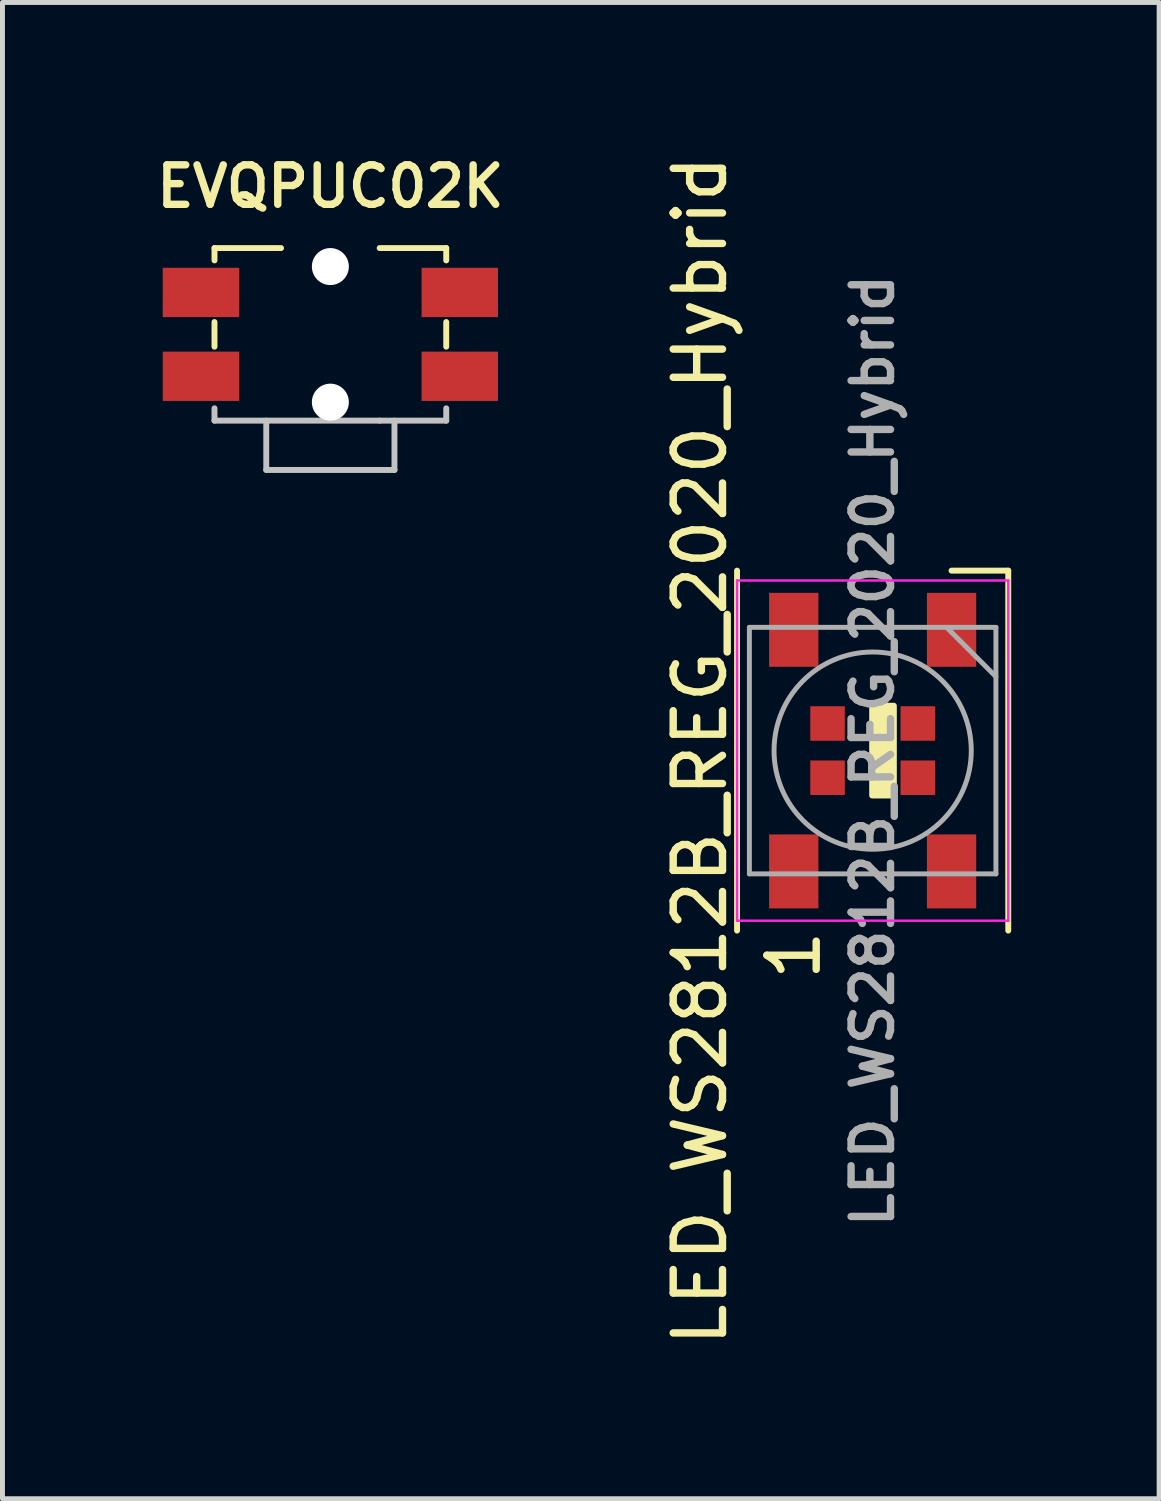
<source format=kicad_pcb>
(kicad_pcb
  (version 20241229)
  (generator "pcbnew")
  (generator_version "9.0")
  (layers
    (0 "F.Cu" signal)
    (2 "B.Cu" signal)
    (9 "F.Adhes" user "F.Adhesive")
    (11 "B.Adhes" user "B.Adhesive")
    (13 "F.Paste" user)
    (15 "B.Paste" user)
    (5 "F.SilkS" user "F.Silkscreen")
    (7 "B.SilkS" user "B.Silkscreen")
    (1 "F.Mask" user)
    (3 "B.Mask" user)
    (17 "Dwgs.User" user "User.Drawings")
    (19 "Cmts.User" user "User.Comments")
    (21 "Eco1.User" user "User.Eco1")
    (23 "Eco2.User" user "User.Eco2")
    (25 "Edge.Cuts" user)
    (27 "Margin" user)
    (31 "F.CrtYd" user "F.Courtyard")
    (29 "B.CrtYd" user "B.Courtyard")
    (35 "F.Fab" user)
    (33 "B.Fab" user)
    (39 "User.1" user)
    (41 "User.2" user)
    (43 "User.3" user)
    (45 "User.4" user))
  (footprint "LED_WS2812B_REG_2020_Hybrid"
    (layer "F.Cu")
    (at 14.648 12.173)
    (property "Reference" "LED_WS2812B_REG_2020_Hybrid" (at -3.5 0 90) (layer "F.SilkS") (effects (font (size 1 1) (thickness 0.15))))
    (attr smd)
    (fp_line (start -2.75 3.65) (end -2.75 -3.65) (stroke (width 0.12) (type solid)) (layer "F.SilkS"))
    (fp_line (start 2.75 -3.65) (end 1.6 -3.65) (stroke (width 0.12) (type solid)) (layer "F.SilkS"))
    (fp_line (start 2.75 3.65) (end 2.75 -3.65) (stroke (width 0.12) (type solid)) (layer "F.SilkS"))
    (fp_rect (start -0.01 -0.91) (end 0.43 0.91) (stroke (width 0.12) (type solid)) (fill yes) (layer "F.SilkS"))
    (fp_line (start -2.75 -3.45) (end -2.75 3.45) (stroke (width 0.05) (type solid)) (layer "F.CrtYd"))
    (fp_line (start -2.75 3.45) (end 2.75 3.45) (stroke (width 0.05) (type solid)) (layer "F.CrtYd"))
    (fp_line (start 2.75 -3.45) (end -2.75 -3.45) (stroke (width 0.05) (type solid)) (layer "F.CrtYd"))
    (fp_line (start 2.75 3.45) (end 2.75 -3.45) (stroke (width 0.05) (type solid)) (layer "F.CrtYd"))
    (fp_line (start -2.5 -2.5) (end -2.5 2.5) (stroke (width 0.1) (type solid)) (layer "F.Fab"))
    (fp_line (start -2.5 2.5) (end 2.5 2.5) (stroke (width 0.1) (type solid)) (layer "F.Fab"))
    (fp_line (start 1.5 -2.5) (end 2.5 -1.5) (stroke (width 0.1) (type solid)) (layer "F.Fab"))
    (fp_line (start 2.5 -2.5) (end -2.5 -2.5) (stroke (width 0.1) (type solid)) (layer "F.Fab"))
    (fp_line (start 2.5 2.5) (end 2.5 -2.5) (stroke (width 0.1) (type solid)) (layer "F.Fab"))
    (fp_circle (center 0 0) (end -2 0) (stroke (width 0.1) (type solid)) (fill no) (layer "F.Fab"))
    (fp_text user "1" (at -1.6 4.15 90) (layer "F.SilkS") (effects (font (size 1 1) (thickness 0.15))))
    (fp_text user "${REFERENCE}" (at 0 0 90) (layer "F.Fab") (effects (font (size 0.8 0.8) (thickness 0.15))))
    (pad "1" smd rect (at 0.915 0.55) (size 0.7 0.7) (layers "F.Cu" "F.Mask" "F.Paste"))
    (pad "1" smd rect (at 1.6 2.45 90) (size 1.5 1) (layers "F.Cu" "F.Mask"))
    (pad "2" smd rect (at 0.915 -0.55) (size 0.7 0.7) (layers "F.Cu" "F.Mask" "F.Paste"))
    (pad "2" smd rect (at 1.6 -2.45 90) (size 1.5 1) (layers "F.Cu" "F.Mask"))
    (pad "3" smd rect (at -1.6 -2.45 90) (size 1.5 1) (layers "F.Cu" "F.Mask"))
    (pad "3" smd rect (at -0.915 -0.55) (size 0.7 0.7) (layers "F.Cu" "F.Mask" "F.Paste"))
    (pad "4" smd rect (at -1.6 2.45 90) (size 1.5 1) (layers "F.Cu" "F.Mask"))
    (pad "4" smd rect (at -0.915 0.55) (size 0.7 0.7) (layers "F.Cu" "F.Mask" "F.Paste")))
  (footprint "EVQPUC02K"
    (layer "F.Cu")
    (at 3.65 3.731)
    (property "Reference" "EVQPUC02K" (at 0 -3 0) (layer "F.SilkS") (effects (font (size 0.8 0.8) (thickness 0.15))))
    (attr through_hole)
    (fp_line (start -2.35 -1.75) (end -1 -1.75) (stroke (width 0.12) (type solid)) (layer "F.SilkS"))
    (fp_line (start -2.35 -1.5) (end -2.35 -1.75) (stroke (width 0.12) (type solid)) (layer "F.SilkS"))
    (fp_line (start -2.35 0.25) (end -2.35 -0.25) (stroke (width 0.12) (type solid)) (layer "F.SilkS"))
    (fp_line (start 2.35 -1.75) (end 1 -1.75) (stroke (width 0.12) (type solid)) (layer "F.SilkS"))
    (fp_line (start 2.35 -1.75) (end 2.35 -1.5) (stroke (width 0.12) (type solid)) (layer "F.SilkS"))
    (fp_line (start 2.35 -0.25) (end 2.35 0.25) (stroke (width 0.12) (type solid)) (layer "F.SilkS"))
    (fp_line (start -2.35 1.75) (end -2.35 1.5) (stroke (width 0.12) (type solid)) (layer "Dwgs.User"))
    (fp_line (start -2.35 1.75) (end 1 1.75) (stroke (width 0.12) (type solid)) (layer "Dwgs.User"))
    (fp_line (start -1.3 2.75) (end -1.3 1.75) (stroke (width 0.12) (type solid)) (layer "Dwgs.User"))
    (fp_line (start -1.3 2.75) (end 1.3 2.75) (stroke (width 0.12) (type solid)) (layer "Dwgs.User"))
    (fp_line (start 1.3 2.75) (end 1.3 1.75) (stroke (width 0.12) (type solid)) (layer "Dwgs.User"))
    (fp_line (start 2.35 1.5) (end 2.35 1.75) (stroke (width 0.12) (type solid)) (layer "Dwgs.User"))
    (fp_line (start 2.35 1.75) (end 1 1.75) (stroke (width 0.12) (type solid)) (layer "Dwgs.User"))
    (pad "" np_thru_hole circle (at 0 -1.375 90) (size 0.75 0.75) (drill 0.75) (layers "*.Cu" "*.Mask"))
    (pad "" np_thru_hole circle (at 0 1.375) (size 0.75 0.75) (drill 0.75) (layers "*.Cu" "*.Mask"))
    (pad "1" smd rect (at 2.625 -0.85 90) (size 1 1.55) (layers "F.Cu" "F.Mask" "F.Paste"))
    (pad "2" smd rect (at 2.625 0.85 90) (size 1 1.55) (layers "F.Cu" "F.Mask" "F.Paste"))
    (pad "3" smd rect (at -2.625 -0.85 270) (size 1 1.55) (layers "F.Cu" "F.Mask" "F.Paste"))
    (pad "4" smd rect (at -2.625 0.85 90) (size 1 1.55) (layers "F.Cu" "F.Mask" "F.Paste")))
  (gr_rect
    (start -3 -3)
    (end 20.458 27.345)
    (stroke (width 0.1) (type default))
    (fill no)
    (layer "Edge.Cuts")))
</source>
